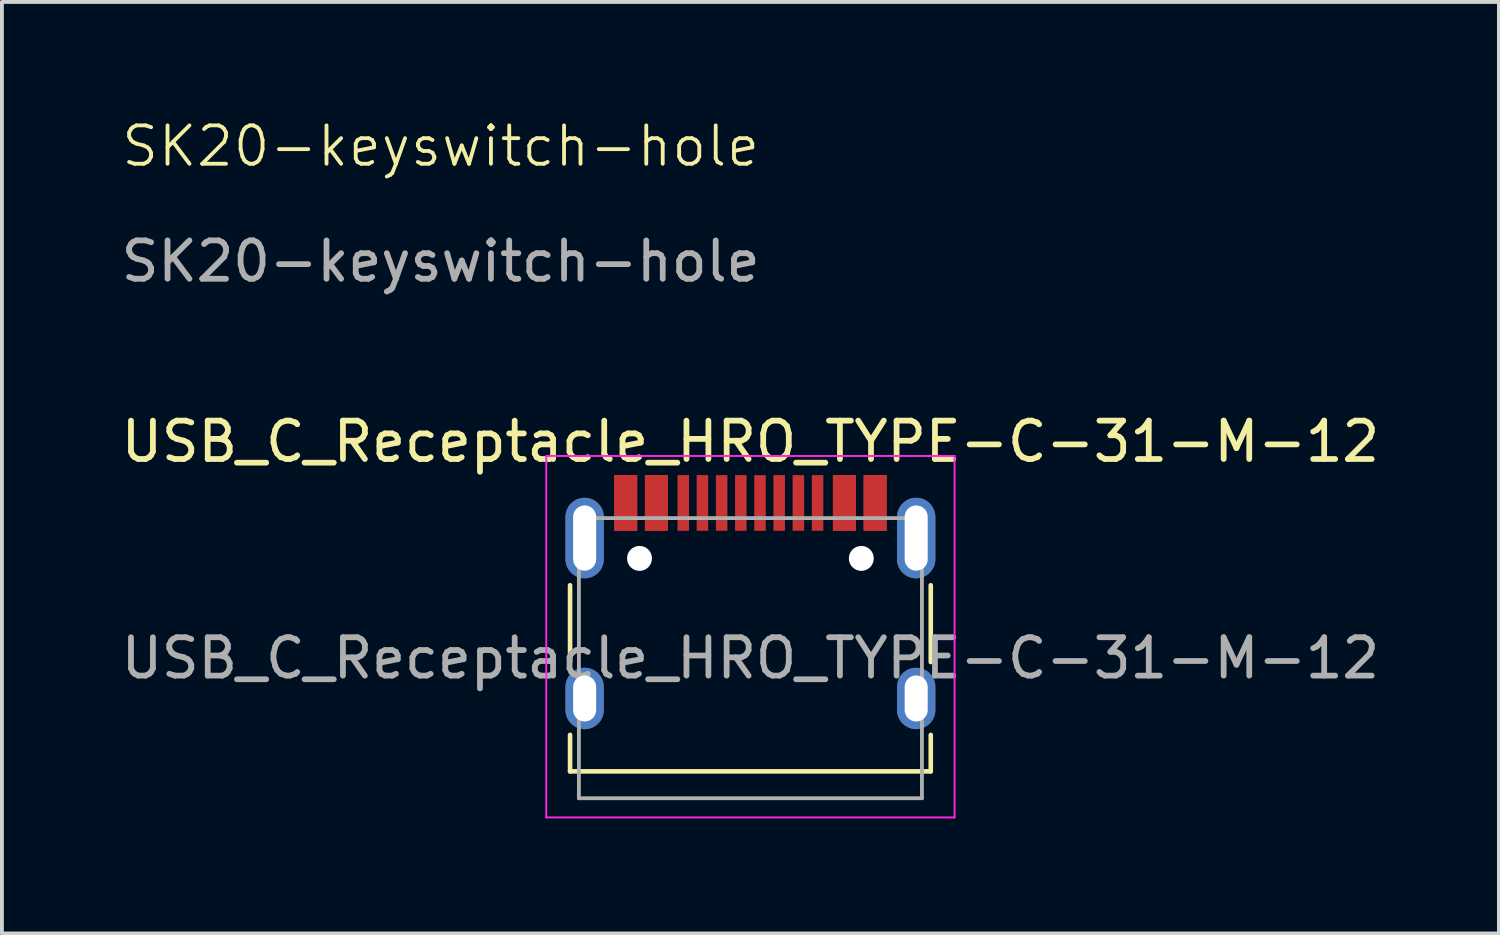
<source format=kicad_pcb>
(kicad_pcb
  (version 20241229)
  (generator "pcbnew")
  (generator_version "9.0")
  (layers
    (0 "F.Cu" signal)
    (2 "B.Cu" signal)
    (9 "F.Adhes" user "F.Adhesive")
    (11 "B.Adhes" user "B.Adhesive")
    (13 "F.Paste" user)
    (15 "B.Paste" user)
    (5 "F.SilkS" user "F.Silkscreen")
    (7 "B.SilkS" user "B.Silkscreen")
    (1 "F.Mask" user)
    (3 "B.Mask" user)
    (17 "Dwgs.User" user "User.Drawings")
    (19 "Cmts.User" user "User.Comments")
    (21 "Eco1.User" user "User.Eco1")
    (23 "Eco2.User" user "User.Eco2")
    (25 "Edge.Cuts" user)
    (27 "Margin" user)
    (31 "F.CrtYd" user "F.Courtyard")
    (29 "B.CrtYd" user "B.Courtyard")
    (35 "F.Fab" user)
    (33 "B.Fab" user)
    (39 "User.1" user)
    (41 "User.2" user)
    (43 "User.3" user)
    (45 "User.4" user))
  (footprint "SK20-keyswitch-hole"
    (layer "F.Cu")
    (at 8.435 1.26)
    (property "Reference" "SK20-keyswitch-hole" (at 0 -0.5 0) (unlocked yes) (layer "F.SilkS") (effects (font (size 1 1) (thickness 0.1))))
    (fp_text user "${REFERENCE}" (at 0 2.5 0) (unlocked yes) (layer "F.Fab") (effects (font (size 1 1) (thickness 0.15)))))
  (footprint "USB_C_Receptacle_HRO_TYPE-C-31-M-12"
    (layer "F.Cu")
    (at 16.506 14.102)
    (property "Reference" "USB_C_Receptacle_HRO_TYPE-C-31-M-12" (at 0 -5.645 0) (layer "F.SilkS") (effects (font (size 1 1) (thickness 0.15))))
    (attr smd)
    (fp_line (start -4.7 -1.9) (end -4.7 0.1) (stroke (width 0.12) (type solid)) (layer "F.SilkS"))
    (fp_line (start -4.7 2) (end -4.7 2.95) (stroke (width 0.12) (type solid)) (layer "F.SilkS"))
    (fp_line (start -4.7 2.95) (end 4.7 2.95) (stroke (width 0.12) (type solid)) (layer "F.SilkS"))
    (fp_line (start 4.7 -1.9) (end 4.7 0.1) (stroke (width 0.12) (type solid)) (layer "F.SilkS"))
    (fp_line (start 4.7 2) (end 4.7 2.95) (stroke (width 0.12) (type solid)) (layer "F.SilkS"))
    (fp_line (start -7.05 3.2) (end 6.85 3.2) (stroke (width 0.1) (type solid)) (layer "Eco1.User"))
    (fp_line (start -5.32 -5.27) (end -5.32 4.15) (stroke (width 0.05) (type solid)) (layer "F.CrtYd"))
    (fp_line (start -5.32 -5.27) (end 5.32 -5.27) (stroke (width 0.05) (type solid)) (layer "F.CrtYd"))
    (fp_line (start -5.32 4.15) (end 5.32 4.15) (stroke (width 0.05) (type solid)) (layer "F.CrtYd"))
    (fp_line (start 5.32 -5.27) (end 5.32 4.15) (stroke (width 0.05) (type solid)) (layer "F.CrtYd"))
    (fp_line (start -4.47 -3.65) (end -4.47 3.65) (stroke (width 0.1) (type solid)) (layer "F.Fab"))
    (fp_line (start -4.47 -3.65) (end 4.47 -3.65) (stroke (width 0.1) (type solid)) (layer "F.Fab"))
    (fp_line (start -4.47 3.65) (end 4.47 3.65) (stroke (width 0.1) (type solid)) (layer "F.Fab"))
    (fp_line (start 4.47 -3.65) (end 4.47 3.65) (stroke (width 0.1) (type solid)) (layer "F.Fab"))
    (fp_text user "PCB edge" (at 6.3 3 0) (unlocked yes) (layer "Eco1.User") (effects (font (size 0.3 0.3) (thickness 0.02)) (justify left bottom)))
    (fp_text user "${REFERENCE}" (at 0 0 0) (layer "F.Fab") (effects (font (size 1 1) (thickness 0.15))))
    (pad "" np_thru_hole circle (at -2.89 -2.6) (size 0.65 0.65) (drill 0.65) (layers "*.Cu" "*.Mask"))
    (pad "" np_thru_hole circle (at 2.89 -2.6) (size 0.65 0.65) (drill 0.65) (layers "*.Cu" "*.Mask"))
    (pad "A1" smd rect (at -3.25 -4.045) (size 0.6 1.45) (layers "F.Cu" "F.Mask" "F.Paste"))
    (pad "A4" smd rect (at -2.45 -4.045) (size 0.6 1.45) (layers "F.Cu" "F.Mask" "F.Paste"))
    (pad "A5" smd rect (at -1.25 -4.045) (size 0.3 1.45) (layers "F.Cu" "F.Mask" "F.Paste"))
    (pad "A6" smd rect (at -0.25 -4.045) (size 0.3 1.45) (layers "F.Cu" "F.Mask" "F.Paste"))
    (pad "A7" smd rect (at 0.25 -4.045) (size 0.3 1.45) (layers "F.Cu" "F.Mask" "F.Paste"))
    (pad "A8" smd rect (at 1.25 -4.045) (size 0.3 1.45) (layers "F.Cu" "F.Mask" "F.Paste"))
    (pad "A9" smd rect (at 2.45 -4.045) (size 0.6 1.45) (layers "F.Cu" "F.Mask" "F.Paste"))
    (pad "A12" smd rect (at 3.25 -4.045) (size 0.6 1.45) (layers "F.Cu" "F.Mask" "F.Paste"))
    (pad "B1" smd rect (at 3.25 -4.045) (size 0.6 1.45) (layers "F.Cu" "F.Mask" "F.Paste"))
    (pad "B4" smd rect (at 2.45 -4.045) (size 0.6 1.45) (layers "F.Cu" "F.Mask" "F.Paste"))
    (pad "B5" smd rect (at 1.75 -4.045) (size 0.3 1.45) (layers "F.Cu" "F.Mask" "F.Paste"))
    (pad "B6" smd rect (at 0.75 -4.045) (size 0.3 1.45) (layers "F.Cu" "F.Mask" "F.Paste"))
    (pad "B7" smd rect (at -0.75 -4.045) (size 0.3 1.45) (layers "F.Cu" "F.Mask" "F.Paste"))
    (pad "B8" smd rect (at -1.75 -4.045) (size 0.3 1.45) (layers "F.Cu" "F.Mask" "F.Paste"))
    (pad "B9" smd rect (at -2.45 -4.045) (size 0.6 1.45) (layers "F.Cu" "F.Mask" "F.Paste"))
    (pad "B12" smd rect (at -3.25 -4.045) (size 0.6 1.45) (layers "F.Cu" "F.Mask" "F.Paste"))
    (pad "S1" thru_hole oval (at -4.32 -3.13) (size 1 2.1) (drill oval 0.6 1.7) (layers "*.Cu" "*.Mask"))
    (pad "S1" thru_hole oval (at -4.32 1.05) (size 1 1.6) (drill oval 0.6 1.2) (layers "*.Cu" "*.Mask"))
    (pad "S1" thru_hole oval (at 4.32 -3.13) (size 1 2.1) (drill oval 0.6 1.7) (layers "*.Cu" "*.Mask"))
    (pad "S1" thru_hole oval (at 4.32 1.05) (size 1 1.6) (drill oval 0.6 1.2) (layers "*.Cu" "*.Mask")))
  (gr_rect
    (start -3 -3)
    (end 36.012 21.277)
    (stroke (width 0.1) (type default))
    (fill no)
    (layer "Edge.Cuts")))
</source>
